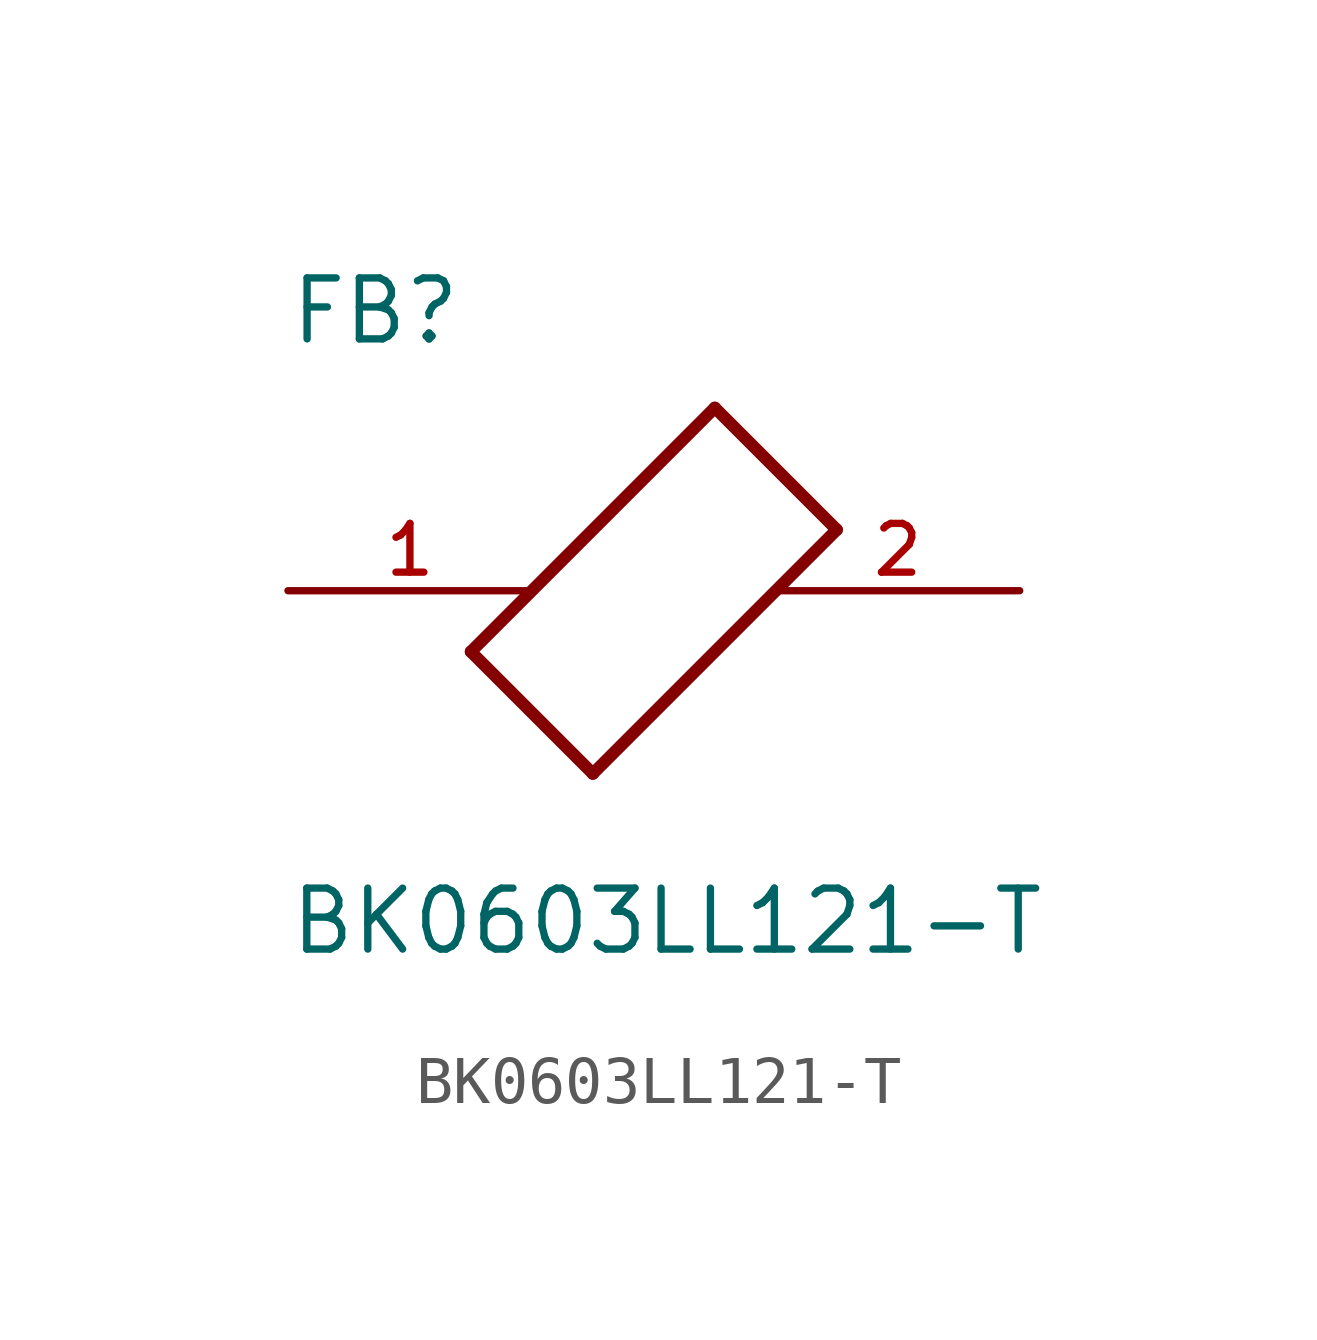
<source format=kicad_sym>
(kicad_symbol_lib
  (version 20211014)
  (generator kicad_symbol_editor)
  (symbol "BK0603LL121-T"
    (pin_names
      (offset 1.016))
    (property "Reference" "FB"
      (at -7.624 5.081 0)
      (effects (font (size 1.27 1.27)) (justify bottom left)))
    (property "Value" "BK0603LL121-T"
      (at -7.63 -7.627 0)
      (effects (font (size 1.27 1.27)) (justify bottom left)))
    (symbol "BK0603LL121-T_0_0"
      (polyline (pts (xy -3.81 -1.27) (xy -1.27 -3.81)) (stroke (width 0.254)))
      (polyline (pts (xy -1.27 -3.81) (xy 3.81 1.27)) (stroke (width 0.254)))
      (polyline (pts (xy 3.81 1.27) (xy 1.27 3.81)) (stroke (width 0.254)))
      (polyline (pts (xy 1.27 3.81) (xy -3.81 -1.27)) (stroke (width 0.254)))
      (pin passive line (at 7.62 0.0 180.0) (length 5.08) (name "~" (effects (font (size 1.016 1.016)))) (number "2" (effects (font (size 1.016 1.016)))))
      (pin passive line (at -7.62 0.0 0) (length 5.08) (name "~" (effects (font (size 1.016 1.016)))) (number "1" (effects (font (size 1.016 1.016))))))))
</source>
